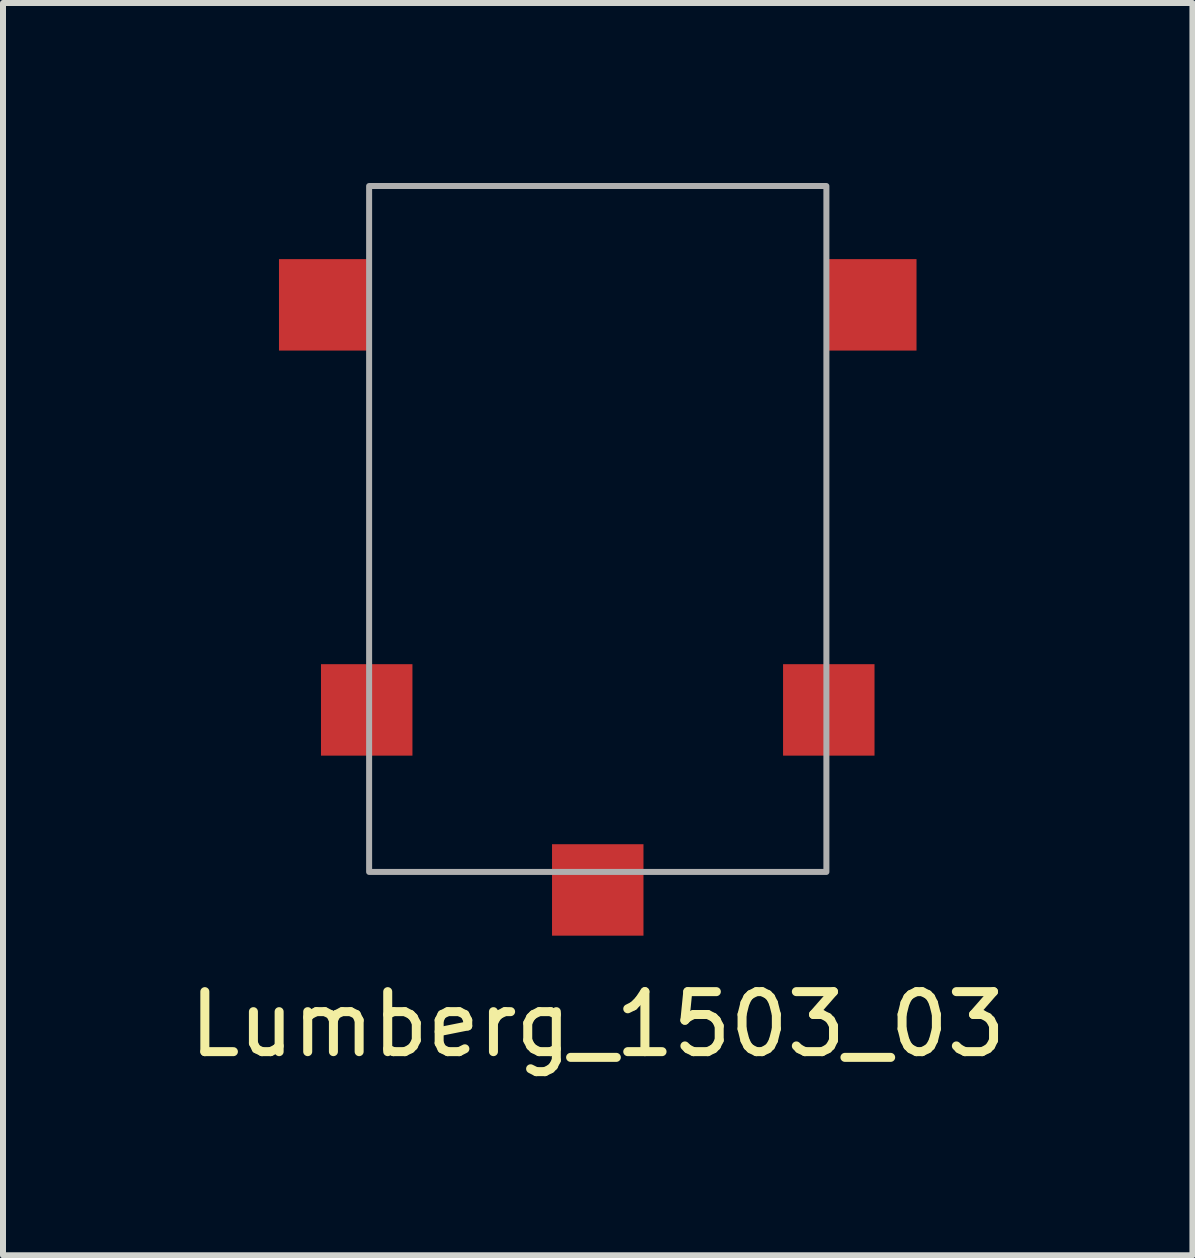
<source format=kicad_pcb>
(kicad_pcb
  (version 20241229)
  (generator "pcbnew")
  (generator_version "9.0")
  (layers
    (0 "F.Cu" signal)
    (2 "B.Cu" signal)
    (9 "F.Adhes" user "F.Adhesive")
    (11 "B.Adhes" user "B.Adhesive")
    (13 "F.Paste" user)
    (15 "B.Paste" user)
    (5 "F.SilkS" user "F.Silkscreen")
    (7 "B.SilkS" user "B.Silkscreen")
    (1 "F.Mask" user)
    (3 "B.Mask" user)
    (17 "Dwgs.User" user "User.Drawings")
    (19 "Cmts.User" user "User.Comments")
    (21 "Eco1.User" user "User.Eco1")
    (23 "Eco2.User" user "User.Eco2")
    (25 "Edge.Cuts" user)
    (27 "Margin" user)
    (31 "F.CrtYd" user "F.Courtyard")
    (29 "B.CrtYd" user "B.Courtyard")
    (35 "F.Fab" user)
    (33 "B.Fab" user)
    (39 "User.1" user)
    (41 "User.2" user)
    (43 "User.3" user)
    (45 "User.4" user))
  (footprint "Lumberg_1503_03"
    (layer "F.Cu")
    (at 6.911 5.13)
    (property "Reference" "Lumberg_1503_03" (at 0 8.89 0) (layer "F.SilkS") (effects (font (size 1 1) (thickness 0.15))))
    (attr through_hole)
    (fp_poly (pts (xy 3.81 6.35) (xy -3.81 6.35) (xy -3.81 -5.08) (xy 3.81 -5.08)) (stroke (width 0.1) (type solid)) (fill no) (layer "F.Fab"))
    (pad "4" smd rect (at -4.55 -3.1) (size 1.524 1.524) (layers "F.Cu" "F.Mask" "F.Paste"))
    (pad "5" smd rect (at 4.55 -3.1) (size 1.524 1.524) (layers "F.Cu" "F.Mask" "F.Paste"))
    (pad "R" smd rect (at 0 6.65) (size 1.524 1.524) (layers "F.Cu" "F.Mask" "F.Paste"))
    (pad "S" smd rect (at 3.85 3.65) (size 1.524 1.524) (layers "F.Cu" "F.Mask" "F.Paste"))
    (pad "T" smd rect (at -3.85 3.65) (size 1.524 1.524) (layers "F.Cu" "F.Mask" "F.Paste")))
  (gr_rect
    (start -3 -3)
    (end 16.821 17.868)
    (stroke (width 0.1) (type default))
    (fill no)
    (layer "Edge.Cuts")))
</source>
